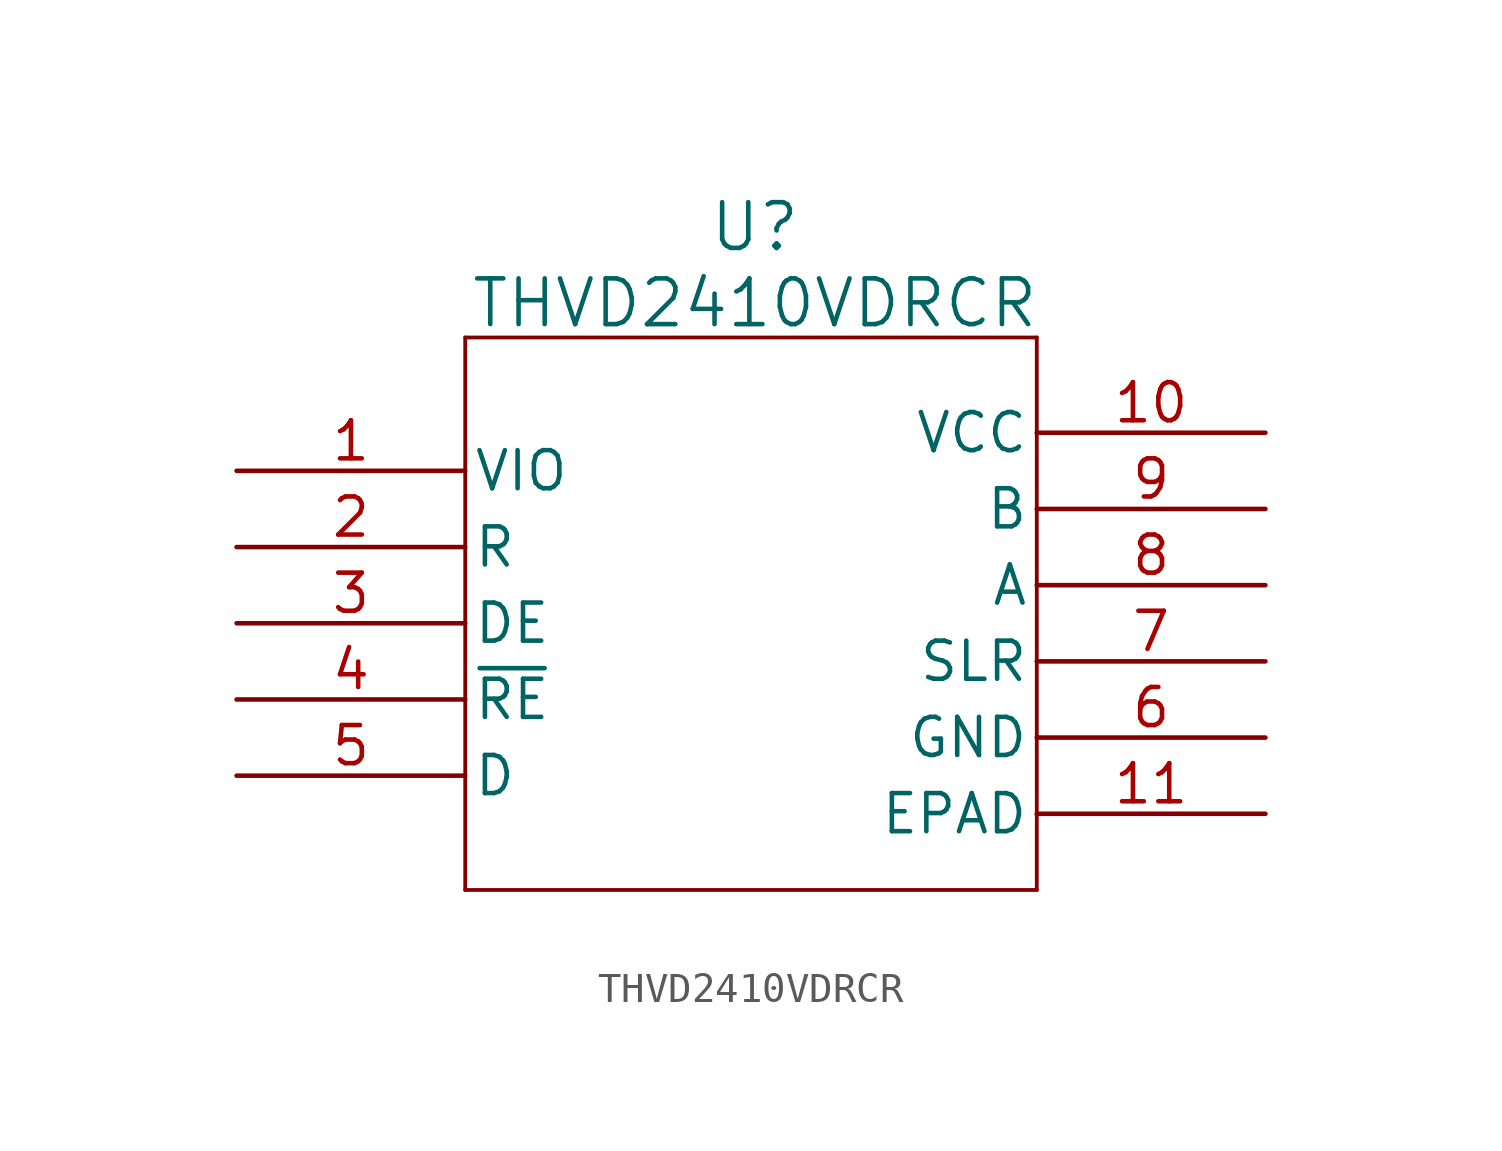
<source format=kicad_sym>
(kicad_symbol_lib
  (version 20241209)
  (generator "kicad_symbol_editor")
  (generator_version "9.0")
  (symbol "THVD2410VDRCR"
    (pin_names
      (offset 0.254))
    (property "Reference" "U"
      (at 5.842 10.668 0)
      (effects (font (size 1.524 1.524))))
    (property "Value" "THVD2410VDRCR"
      (at 5.842 8.128 0)
      (effects (font (size 1.524 1.524))))
    (property "ki_locked" ""
      (at 0 0 0)
      (effects (font (size 1.27 1.27))))
    (symbol "THVD2410VDRCR_0_1"
      (polyline (pts (xy -3.81 6.985) (xy -3.81 -11.43)) (stroke (width 0.127) (type default)) (fill (type none)))
      (polyline (pts (xy -3.81 -11.43) (xy 15.24 -11.43)) (stroke (width 0.127) (type default)) (fill (type none)))
      (polyline (pts (xy 15.24 6.985) (xy -3.81 6.985)) (stroke (width 0.127) (type default)) (fill (type none)))
      (polyline (pts (xy 15.24 -11.43) (xy 15.24 6.985)) (stroke (width 0.127) (type default)) (fill (type none))))
    (symbol "THVD2410VDRCR_1_1"
      (pin power_in line (at -11.43 2.54 0) (length 7.62) (name "VIO" (effects (font (size 1.27 1.27)))) (number "1" (effects (font (size 1.27 1.27)))))
      (pin output line (at -11.43 0 0) (length 7.62) (name "R" (effects (font (size 1.27 1.27)))) (number "2" (effects (font (size 1.27 1.27)))))
      (pin input line (at -11.43 -2.54 0) (length 7.62) (name "DE" (effects (font (size 1.27 1.27)))) (number "3" (effects (font (size 1.27 1.27)))))
      (pin input line (at -11.43 -5.08 0) (length 7.62) (name "~{RE}" (effects (font (size 1.27 1.27)))) (number "4" (effects (font (size 1.27 1.27)))))
      (pin input line (at -11.43 -7.62 0) (length 7.62) (name "D" (effects (font (size 1.27 1.27)))) (number "5" (effects (font (size 1.27 1.27)))))
      (pin power_in line (at 22.86 3.81 180) (length 7.62) (name "VCC" (effects (font (size 1.27 1.27)))) (number "10" (effects (font (size 1.27 1.27)))))
      (pin bidirectional line (at 22.86 1.27 180) (length 7.62) (name "B" (effects (font (size 1.27 1.27)))) (number "9" (effects (font (size 1.27 1.27)))))
      (pin bidirectional line (at 22.86 -1.27 180) (length 7.62) (name "A" (effects (font (size 1.27 1.27)))) (number "8" (effects (font (size 1.27 1.27)))))
      (pin input line (at 22.86 -3.81 180) (length 7.62) (name "SLR" (effects (font (size 1.27 1.27)))) (number "7" (effects (font (size 1.27 1.27)))))
      (pin power_out line (at 22.86 -6.35 180) (length 7.62) (name "GND" (effects (font (size 1.27 1.27)))) (number "6" (effects (font (size 1.27 1.27)))))
      (pin power_out line (at 22.86 -8.89 180) (length 7.62) (name "EPAD" (effects (font (size 1.27 1.27)))) (number "11" (effects (font (size 1.27 1.27))))))))
</source>
